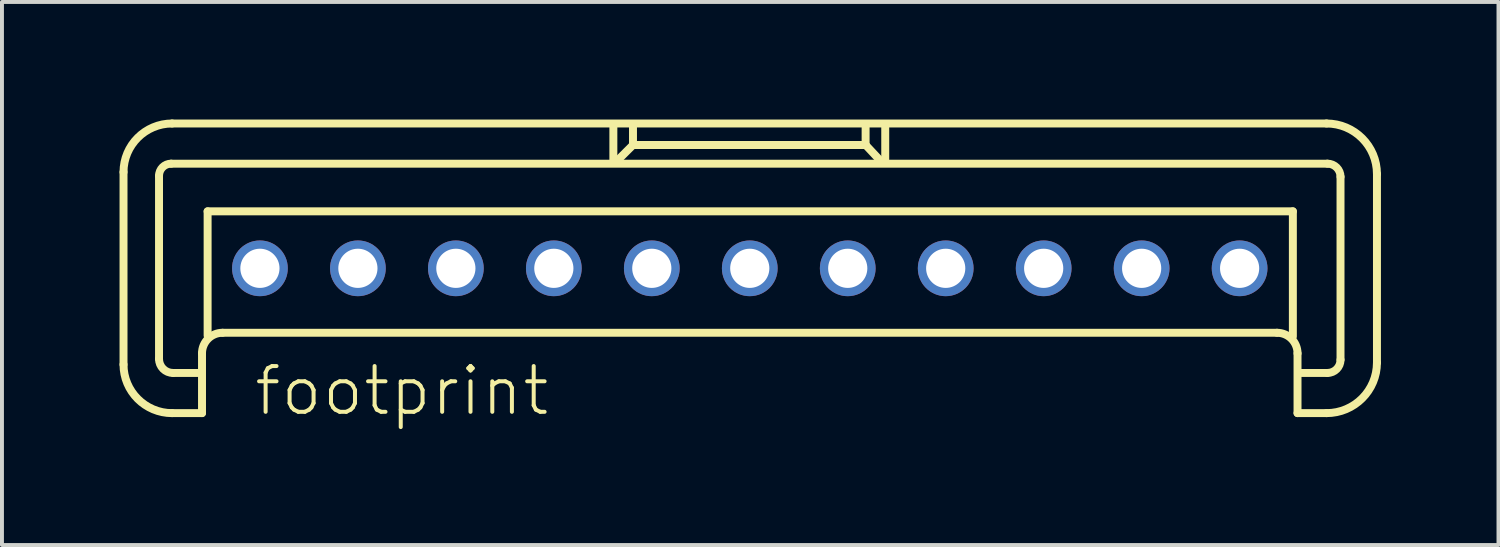
<source format=kicad_pcb>
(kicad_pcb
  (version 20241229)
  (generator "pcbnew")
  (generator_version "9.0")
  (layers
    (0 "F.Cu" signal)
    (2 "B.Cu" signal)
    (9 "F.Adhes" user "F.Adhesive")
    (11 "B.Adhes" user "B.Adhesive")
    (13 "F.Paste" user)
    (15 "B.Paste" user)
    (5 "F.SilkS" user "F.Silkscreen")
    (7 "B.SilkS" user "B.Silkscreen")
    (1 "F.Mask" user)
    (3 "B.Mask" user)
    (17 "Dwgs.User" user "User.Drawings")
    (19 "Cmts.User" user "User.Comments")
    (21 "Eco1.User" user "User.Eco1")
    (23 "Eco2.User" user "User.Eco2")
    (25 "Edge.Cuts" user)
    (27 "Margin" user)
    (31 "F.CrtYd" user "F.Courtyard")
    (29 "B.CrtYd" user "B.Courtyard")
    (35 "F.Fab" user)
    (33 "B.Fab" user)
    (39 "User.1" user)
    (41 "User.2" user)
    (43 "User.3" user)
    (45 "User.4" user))
  (footprint "footprint"
    (layer "F.Cu")
    (at 16.083 3.797)
    (property "Reference" "footprint" (at -12.7 3.81 0) (layer "F.SilkS") (effects (font (size 1.168 1.168) (thickness 0.102)) (justify left bottom)))
    (fp_line (start -15.981 2.456) (end -15.981 -2.456) (stroke (width 0.203) (type solid)) (layer "F.SilkS"))
    (fp_line (start -15.075 2.313) (end -15.075 -2.361) (stroke (width 0.203) (type solid)) (layer "F.SilkS"))
    (fp_line (start -14.765 -2.67) (end 14.741 -2.67) (stroke (width 0.203) (type solid)) (layer "F.SilkS"))
    (fp_line (start -14.741 -3.696) (end 14.717 -3.696) (stroke (width 0.203) (type solid)) (layer "F.SilkS"))
    (fp_line (start -14.002 2.67) (end -14.717 2.67) (stroke (width 0.203) (type solid)) (layer "F.SilkS"))
    (fp_line (start -13.978 2.17) (end -13.978 3.695) (stroke (width 0.203) (type solid)) (layer "F.SilkS"))
    (fp_line (start -13.978 3.695) (end -14.741 3.695) (stroke (width 0.203) (type solid)) (layer "F.SilkS"))
    (fp_line (start -13.835 -1.454) (end 13.859 -1.454) (stroke (width 0.203) (type solid)) (layer "F.SilkS"))
    (fp_line (start -13.835 1.716) (end -13.835 -1.454) (stroke (width 0.203) (type solid)) (layer "F.SilkS"))
    (fp_line (start -3.481 -3.648) (end -3.481 -2.742) (stroke (width 0.203) (type solid)) (layer "F.SilkS"))
    (fp_line (start -3.004 -3.123) (end -3.386 -2.742) (stroke (width 0.203) (type solid)) (layer "F.SilkS"))
    (fp_line (start -2.98 -3.147) (end -2.98 -3.624) (stroke (width 0.203) (type solid)) (layer "F.SilkS"))
    (fp_line (start 2.956 -3.672) (end 2.956 -3.147) (stroke (width 0.203) (type solid)) (layer "F.SilkS"))
    (fp_line (start 2.956 -3.147) (end -2.98 -3.147) (stroke (width 0.203) (type solid)) (layer "F.SilkS"))
    (fp_line (start 2.98 -3.123) (end 3.314 -2.766) (stroke (width 0.203) (type solid)) (layer "F.SilkS"))
    (fp_line (start 3.457 -3.624) (end 3.457 -2.742) (stroke (width 0.203) (type solid)) (layer "F.SilkS"))
    (fp_line (start 13.454 1.645) (end -13.454 1.645) (stroke (width 0.203) (type solid)) (layer "F.SilkS"))
    (fp_line (start 13.859 -1.454) (end 13.859 1.74) (stroke (width 0.203) (type solid)) (layer "F.SilkS"))
    (fp_line (start 13.978 3.695) (end 13.978 2.17) (stroke (width 0.203) (type solid)) (layer "F.SilkS"))
    (fp_line (start 14.717 3.695) (end 13.978 3.695) (stroke (width 0.203) (type solid)) (layer "F.SilkS"))
    (fp_line (start 14.741 2.67) (end 14.073 2.67) (stroke (width 0.203) (type solid)) (layer "F.SilkS"))
    (fp_line (start 15.075 -2.337) (end 15.075 2.336) (stroke (width 0.203) (type solid)) (layer "F.SilkS"))
    (fp_line (start 16.005 -2.408) (end 16.005 2.408) (stroke (width 0.203) (type solid)) (layer "F.SilkS"))
    (fp_arc (start -15.981 -2.4558) (mid -15.617871 -3.332471) (end -14.7412 -3.6956) (stroke (width 0.2032) (type solid)) (layer "F.SilkS"))
    (fp_arc (start -15.075 -2.3605) (mid -14.984232 -2.579632) (end -14.7651 -2.6704) (stroke (width 0.2032) (type solid)) (layer "F.SilkS"))
    (fp_arc (start -14.7412 3.6954) (mid -15.617871 3.332271) (end -15.981 2.4556) (stroke (width 0.2032) (type solid)) (layer "F.SilkS"))
    (fp_arc (start -14.7174 2.6702) (mid -14.970261 2.565461) (end -15.075 2.3126) (stroke (width 0.2032) (type solid)) (layer "F.SilkS"))
    (fp_arc (start -13.9783 2.1695) (mid -13.824678 1.798622) (end -13.4538 1.645) (stroke (width 0.2032) (type solid)) (layer "F.SilkS"))
    (fp_arc (start 13.4536 1.645) (mid 13.824478 1.798622) (end 13.9781 2.1695) (stroke (width 0.2032) (type solid)) (layer "F.SilkS"))
    (fp_arc (start 14.7172 -3.6956) (mid 15.6276 -3.3185) (end 16.0047 -2.4081) (stroke (width 0.2032) (type solid)) (layer "F.SilkS"))
    (fp_arc (start 14.7411 -2.6704) (mid 14.977132 -2.572632) (end 15.0749 -2.3366) (stroke (width 0.2032) (type solid)) (layer "F.SilkS"))
    (fp_arc (start 15.0749 2.3364) (mid 14.977132 2.572432) (end 14.7411 2.6702) (stroke (width 0.2032) (type solid)) (layer "F.SilkS"))
    (fp_arc (start 16.0047 2.4079) (mid 15.6276 3.3183) (end 14.7172 3.6954) (stroke (width 0.2032) (type solid)) (layer "F.SilkS"))
    (pad "1" thru_hole circle (at -12.5 0) (size 1.422 1.422) (drill 1) (layers "*.Cu" "*.Mask"))
    (pad "2" thru_hole circle (at -10 0) (size 1.422 1.422) (drill 1) (layers "*.Cu" "*.Mask"))
    (pad "3" thru_hole circle (at -7.5 0) (size 1.422 1.422) (drill 1) (layers "*.Cu" "*.Mask"))
    (pad "4" thru_hole circle (at -5 0) (size 1.422 1.422) (drill 1) (layers "*.Cu" "*.Mask"))
    (pad "5" thru_hole circle (at -2.5 0) (size 1.422 1.422) (drill 1) (layers "*.Cu" "*.Mask"))
    (pad "6" thru_hole circle (at 0 0) (size 1.422 1.422) (drill 1) (layers "*.Cu" "*.Mask"))
    (pad "7" thru_hole circle (at 2.5 0) (size 1.422 1.422) (drill 1) (layers "*.Cu" "*.Mask"))
    (pad "8" thru_hole circle (at 5 0) (size 1.422 1.422) (drill 1) (layers "*.Cu" "*.Mask"))
    (pad "9" thru_hole circle (at 7.5 0) (size 1.422 1.422) (drill 1) (layers "*.Cu" "*.Mask"))
    (pad "10" thru_hole circle (at 10 0) (size 1.422 1.422) (drill 1) (layers "*.Cu" "*.Mask"))
    (pad "11" thru_hole circle (at 12.5 0) (size 1.422 1.422) (drill 1) (layers "*.Cu" "*.Mask")))
  (gr_rect
    (start -3 -3)
    (end 35.189 10.858)
    (stroke (width 0.1) (type default))
    (fill no)
    (layer "Edge.Cuts")))
</source>
